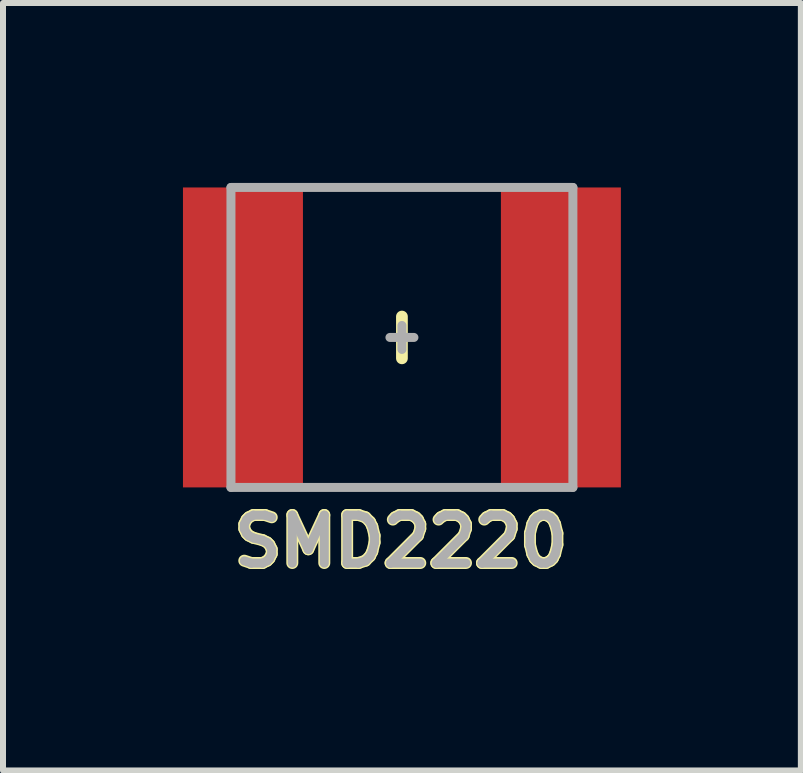
<source format=kicad_pcb>
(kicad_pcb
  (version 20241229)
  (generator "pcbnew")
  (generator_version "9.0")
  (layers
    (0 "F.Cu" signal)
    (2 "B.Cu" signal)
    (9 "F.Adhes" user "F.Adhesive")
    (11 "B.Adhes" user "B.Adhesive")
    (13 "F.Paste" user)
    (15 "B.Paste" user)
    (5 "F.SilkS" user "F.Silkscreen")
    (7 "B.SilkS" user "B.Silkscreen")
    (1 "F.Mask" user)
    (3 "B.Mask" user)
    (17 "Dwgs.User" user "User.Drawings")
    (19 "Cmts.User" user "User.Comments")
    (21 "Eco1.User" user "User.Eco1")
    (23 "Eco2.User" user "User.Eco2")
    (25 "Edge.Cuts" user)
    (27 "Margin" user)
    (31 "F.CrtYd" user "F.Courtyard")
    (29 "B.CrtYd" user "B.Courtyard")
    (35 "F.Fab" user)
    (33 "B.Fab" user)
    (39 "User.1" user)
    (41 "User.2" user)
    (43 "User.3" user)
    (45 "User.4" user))
  (footprint "SMD2220"
    (layer "F.Cu")
    (at 3.65 2.575)
    (property "Reference" "SMD2220" (at -0.018 3.4 0) (layer "F.SilkS") (effects (font (size 0.8 0.8) (thickness 0.2))))
    (attr through_hole)
    (fp_line (start 0 -0.348) (end 0 0.348) (stroke (width 0.196) (type solid)) (layer "F.SilkS"))
    (fp_line (start -2.85 -2.5) (end 2.85 -2.5) (stroke (width 0.15) (type solid)) (layer "F.Fab"))
    (fp_line (start -2.85 2.5) (end -2.85 -2.5) (stroke (width 0.15) (type solid)) (layer "F.Fab"))
    (fp_line (start -2.85 2.5) (end 2.85 2.5) (stroke (width 0.15) (type solid)) (layer "F.Fab"))
    (fp_line (start -0.2 0) (end 0.2 0) (stroke (width 0.15) (type solid)) (layer "F.Fab"))
    (fp_line (start 0 -0.2) (end 0 0.2) (stroke (width 0.15) (type solid)) (layer "F.Fab"))
    (fp_line (start 2.85 -2.5) (end 2.85 2.5) (stroke (width 0.15) (type solid)) (layer "F.Fab"))
    (fp_text user "${REFERENCE}" (at -0.018 3.4 0) (layer "F.Fab") (effects (font (size 0.8 0.8) (thickness 0.15))))
    (pad "1" smd rect (at -2.65 0) (size 2 5) (layers "F.Cu" "F.Mask" "F.Paste"))
    (pad "2" smd rect (at 2.65 0) (size 2 5) (layers "F.Cu" "F.Mask" "F.Paste")))
  (gr_rect
    (start -3 -3)
    (end 10.3 9.794)
    (stroke (width 0.1) (type default))
    (fill no)
    (layer "Edge.Cuts")))
</source>
